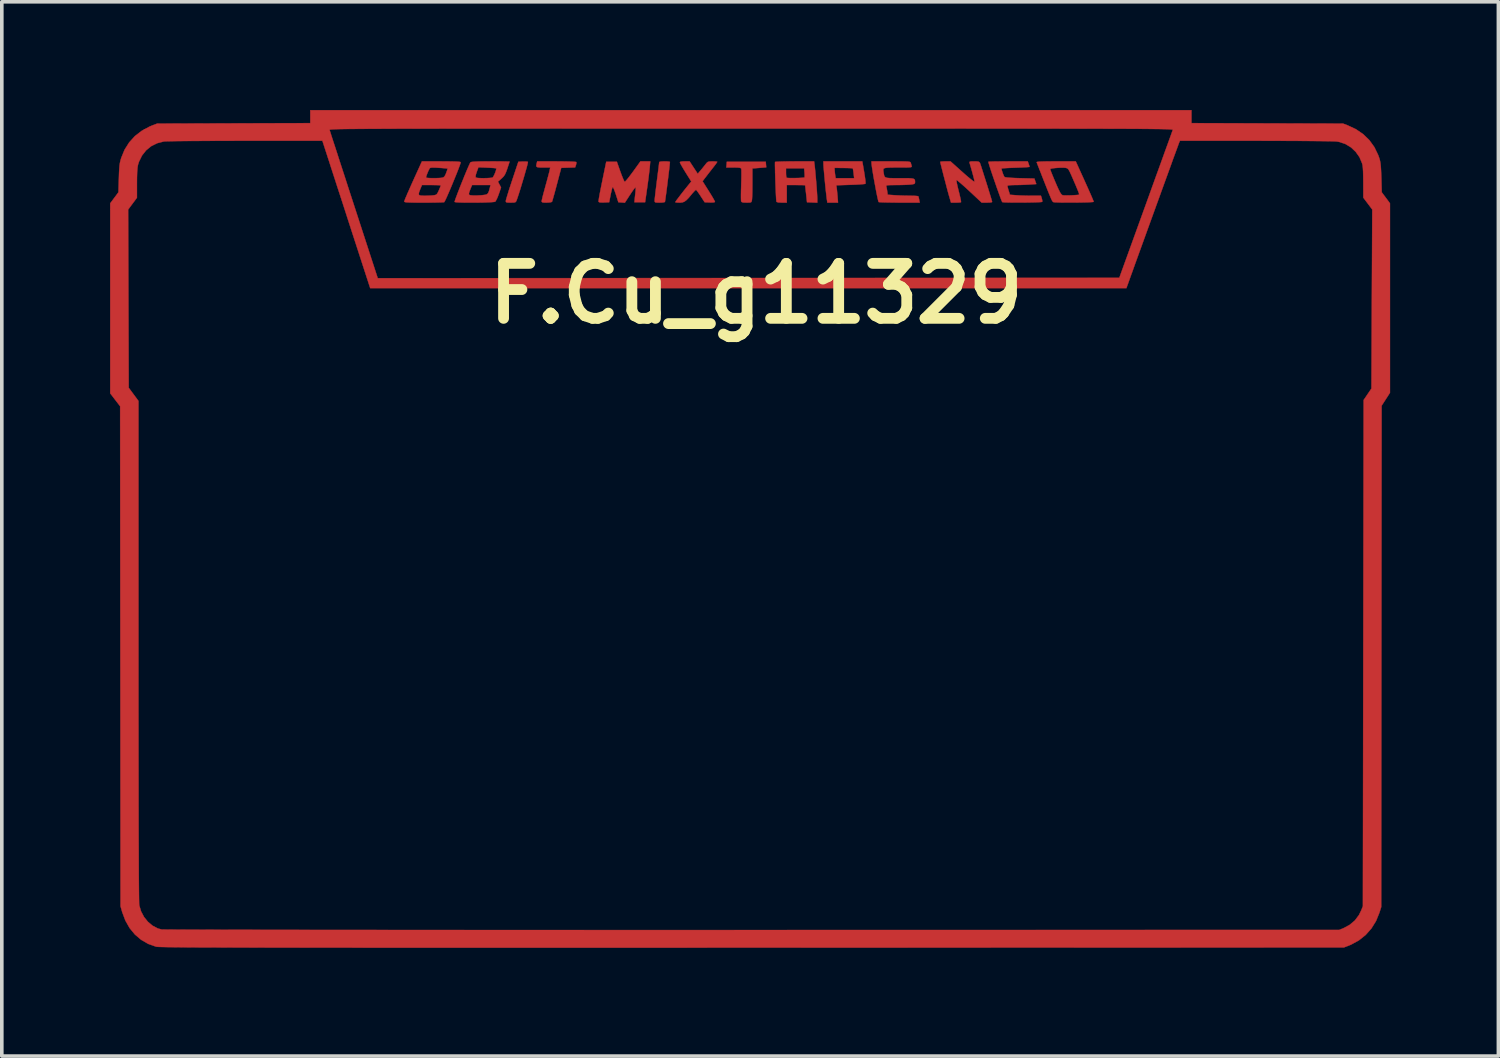
<source format=kicad_pcb>
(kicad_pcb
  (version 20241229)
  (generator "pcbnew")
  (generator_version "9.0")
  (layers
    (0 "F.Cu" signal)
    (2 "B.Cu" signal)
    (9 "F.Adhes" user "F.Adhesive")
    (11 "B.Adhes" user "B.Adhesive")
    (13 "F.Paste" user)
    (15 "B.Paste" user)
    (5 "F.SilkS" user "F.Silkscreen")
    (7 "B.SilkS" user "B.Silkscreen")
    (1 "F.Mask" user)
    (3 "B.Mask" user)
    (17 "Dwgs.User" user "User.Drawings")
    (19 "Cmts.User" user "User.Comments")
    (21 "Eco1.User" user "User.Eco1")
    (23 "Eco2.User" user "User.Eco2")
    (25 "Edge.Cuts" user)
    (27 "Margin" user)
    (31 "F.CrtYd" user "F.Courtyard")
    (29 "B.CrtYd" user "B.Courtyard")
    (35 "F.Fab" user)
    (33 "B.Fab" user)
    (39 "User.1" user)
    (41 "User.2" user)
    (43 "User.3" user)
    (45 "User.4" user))
  (footprint "F.Cu_g11329"
    (layer "F.Cu")
    (at 17.912 5.085)
    (property "Reference" "F.Cu_g11329" (at 0 0 0) (layer "F.SilkS") (effects (font (size 1.524 1.524) (thickness 0.3))))
    (attr through_hole)
    (fp_poly (pts (xy -6.347 -3.654) (xy -6.328 -3.647) (xy -6.331 -3.624) (xy -6.344 -3.567) (xy -6.366 -3.483) (xy -6.396 -3.378) (xy -6.43 -3.258) (xy -6.468 -3.13) (xy -6.507 -3) (xy -6.545 -2.875) (xy -6.581 -2.761) (xy -6.613 -2.665) (xy -6.638 -2.592) (xy -6.644 -2.577) (xy -6.659 -2.546) (xy -6.681 -2.528) (xy -6.72 -2.521) (xy -6.789 -2.519) (xy -6.805 -2.519) (xy -6.879 -2.52) (xy -6.92 -2.525) (xy -6.938 -2.538) (xy -6.941 -2.562) (xy -6.941 -2.566) (xy -6.934 -2.599) (xy -6.915 -2.666) (xy -6.886 -2.76) (xy -6.85 -2.878) (xy -6.806 -3.011) (xy -6.766 -3.133) (xy -6.593 -3.651) (xy -6.469 -3.658) (xy -6.399 -3.658) (xy -6.347 -3.654)) (stroke (width 0.01) (type solid)) (fill yes) (layer "F.Cu"))
    (fp_poly (pts (xy -2.467 -3.66) (xy -2.414 -3.654) (xy -2.392 -3.647) (xy -2.392 -3.646) (xy -2.395 -3.611) (xy -2.402 -3.543) (xy -2.412 -3.449) (xy -2.426 -3.335) (xy -2.441 -3.209) (xy -2.458 -3.076) (xy -2.474 -2.944) (xy -2.49 -2.82) (xy -2.505 -2.711) (xy -2.517 -2.623) (xy -2.526 -2.563) (xy -2.53 -2.538) (xy -2.53 -2.538) (xy -2.556 -2.528) (xy -2.612 -2.521) (xy -2.679 -2.519) (xy -2.752 -2.52) (xy -2.793 -2.525) (xy -2.811 -2.538) (xy -2.815 -2.565) (xy -2.815 -2.578) (xy -2.813 -2.615) (xy -2.805 -2.687) (xy -2.794 -2.788) (xy -2.779 -2.911) (xy -2.762 -3.049) (xy -2.752 -3.129) (xy -2.734 -3.269) (xy -2.718 -3.396) (xy -2.704 -3.502) (xy -2.695 -3.583) (xy -2.689 -3.631) (xy -2.688 -3.642) (xy -2.669 -3.652) (xy -2.618 -3.659) (xy -2.546 -3.662) (xy -2.54 -3.662) (xy -2.467 -3.66)) (stroke (width 0.01) (type solid)) (fill yes) (layer "F.Cu"))
    (fp_poly (pts (xy 0.271 -3.574) (xy 0.278 -3.496) (xy 0.086 -3.481) (xy -0.106 -3.466) (xy -0.106 -3.058) (xy -0.107 -2.927) (xy -0.108 -2.806) (xy -0.111 -2.703) (xy -0.115 -2.627) (xy -0.119 -2.585) (xy -0.119 -2.585) (xy -0.128 -2.549) (xy -0.143 -2.529) (xy -0.176 -2.521) (xy -0.237 -2.519) (xy -0.268 -2.519) (xy -0.347 -2.521) (xy -0.393 -2.53) (xy -0.414 -2.548) (xy -0.417 -2.553) (xy -0.42 -2.584) (xy -0.422 -2.65) (xy -0.422 -2.745) (xy -0.42 -2.86) (xy -0.416 -2.99) (xy -0.416 -3.006) (xy -0.412 -3.137) (xy -0.41 -3.254) (xy -0.41 -3.351) (xy -0.411 -3.421) (xy -0.414 -3.457) (xy -0.415 -3.459) (xy -0.428 -3.475) (xy -0.459 -3.485) (xy -0.515 -3.491) (xy -0.604 -3.492) (xy -0.628 -3.493) (xy -0.828 -3.493) (xy -0.821 -3.572) (xy -0.815 -3.651) (xy 0.265 -3.651) (xy 0.271 -3.574)) (stroke (width 0.01) (type solid)) (fill yes) (layer "F.Cu"))
    (fp_poly (pts (xy -5.387 -3.661) (xy -5.255 -3.659) (xy -5.143 -3.656) (xy -5.057 -3.652) (xy -5.003 -3.647) (xy -4.986 -3.643) (xy -4.985 -3.612) (xy -4.996 -3.562) (xy -4.997 -3.559) (xy -5.02 -3.494) (xy -5.405 -3.482) (xy -5.526 -3.023) (xy -5.562 -2.889) (xy -5.594 -2.769) (xy -5.623 -2.668) (xy -5.644 -2.592) (xy -5.658 -2.549) (xy -5.661 -2.542) (xy -5.688 -2.53) (xy -5.745 -2.522) (xy -5.811 -2.519) (xy -5.886 -2.52) (xy -5.928 -2.527) (xy -5.945 -2.541) (xy -5.948 -2.557) (xy -5.942 -2.589) (xy -5.927 -2.654) (xy -5.904 -2.746) (xy -5.874 -2.857) (xy -5.843 -2.972) (xy -5.808 -3.097) (xy -5.777 -3.213) (xy -5.751 -3.311) (xy -5.732 -3.384) (xy -5.724 -3.421) (xy -5.71 -3.493) (xy -5.903 -3.493) (xy -5.999 -3.493) (xy -6.059 -3.499) (xy -6.09 -3.515) (xy -6.097 -3.543) (xy -6.089 -3.59) (xy -6.083 -3.614) (xy -6.07 -3.662) (xy -5.534 -3.662) (xy -5.387 -3.661)) (stroke (width 0.01) (type solid)) (fill yes) (layer "F.Cu"))
    (fp_poly (pts (xy 2.953 -3.593) (xy 2.986 -3.402) (xy 3.01 -3.252) (xy 3.025 -3.142) (xy 3.031 -3.073) (xy 3.028 -3.042) (xy 3.028 -3.041) (xy 3.002 -3.035) (xy 2.941 -3.029) (xy 2.852 -3.022) (xy 2.741 -3.016) (xy 2.616 -3.012) (xy 2.616 -3.012) (xy 2.22 -2.999) (xy 2.231 -2.923) (xy 2.238 -2.864) (xy 2.246 -2.78) (xy 2.255 -2.689) (xy 2.255 -2.683) (xy 2.268 -2.519) (xy 1.972 -2.519) (xy 1.96 -2.598) (xy 1.952 -2.655) (xy 1.942 -2.744) (xy 1.929 -2.855) (xy 1.916 -2.98) (xy 1.903 -3.113) (xy 1.891 -3.244) (xy 1.88 -3.365) (xy 1.871 -3.468) (xy 1.87 -3.482) (xy 2.17 -3.482) (xy 2.175 -3.408) (xy 2.182 -3.333) (xy 2.191 -3.265) (xy 2.203 -3.196) (xy 2.715 -3.196) (xy 2.7 -3.328) (xy 2.691 -3.398) (xy 2.682 -3.449) (xy 2.677 -3.468) (xy 2.654 -3.472) (xy 2.597 -3.475) (xy 2.515 -3.478) (xy 2.419 -3.479) (xy 2.17 -3.482) (xy 1.87 -3.482) (xy 1.865 -3.545) (xy 1.863 -3.587) (xy 1.863 -3.662) (xy 2.94 -3.662) (xy 2.953 -3.593)) (stroke (width 0.01) (type solid)) (fill yes) (layer "F.Cu"))
    (fp_poly (pts (xy -2.952 -3.487) (xy -2.961 -3.408) (xy -2.974 -3.297) (xy -2.99 -3.167) (xy -3.009 -3.028) (xy -3.024 -2.921) (xy -3.08 -2.529) (xy -3.376 -2.529) (xy -3.37 -2.593) (xy -3.365 -2.647) (xy -3.356 -2.726) (xy -3.348 -2.799) (xy -3.342 -2.871) (xy -3.341 -2.922) (xy -3.347 -2.942) (xy -3.348 -2.942) (xy -3.365 -2.925) (xy -3.4 -2.88) (xy -3.448 -2.812) (xy -3.502 -2.73) (xy -3.503 -2.729) (xy -3.641 -2.516) (xy -3.821 -2.529) (xy -3.891 -2.749) (xy -3.921 -2.835) (xy -3.948 -2.902) (xy -3.969 -2.942) (xy -3.979 -2.95) (xy -3.991 -2.922) (xy -4.007 -2.863) (xy -4.026 -2.783) (xy -4.037 -2.731) (xy -4.076 -2.529) (xy -4.219 -2.523) (xy -4.304 -2.522) (xy -4.353 -2.53) (xy -4.371 -2.544) (xy -4.369 -2.572) (xy -4.36 -2.635) (xy -4.344 -2.728) (xy -4.322 -2.844) (xy -4.295 -2.979) (xy -4.268 -3.111) (xy -4.157 -3.651) (xy -3.863 -3.651) (xy -3.766 -3.377) (xy -3.729 -3.277) (xy -3.695 -3.192) (xy -3.667 -3.13) (xy -3.649 -3.098) (xy -3.646 -3.096) (xy -3.627 -3.109) (xy -3.588 -3.152) (xy -3.534 -3.219) (xy -3.469 -3.304) (xy -3.416 -3.375) (xy -3.209 -3.662) (xy -2.937 -3.662) (xy -2.952 -3.487)) (stroke (width 0.01) (type solid)) (fill yes) (layer "F.Cu"))
    (fp_poly (pts (xy 1.618 -3.561) (xy 1.627 -3.481) (xy 1.638 -3.373) (xy 1.649 -3.247) (xy 1.661 -3.112) (xy 1.672 -2.976) (xy 1.681 -2.85) (xy 1.688 -2.742) (xy 1.692 -2.661) (xy 1.693 -2.629) (xy 1.693 -2.517) (xy 1.551 -2.523) (xy 1.408 -2.529) (xy 1.383 -2.762) (xy 1.372 -2.856) (xy 1.364 -2.933) (xy 1.358 -2.984) (xy 1.356 -3) (xy 1.336 -3.002) (xy 1.281 -3.004) (xy 1.201 -3.005) (xy 1.103 -3.006) (xy 0.847 -3.006) (xy 0.847 -2.519) (xy 0.708 -2.519) (xy 0.619 -2.523) (xy 0.57 -2.536) (xy 0.561 -2.545) (xy 0.557 -2.574) (xy 0.552 -2.638) (xy 0.547 -2.729) (xy 0.542 -2.84) (xy 0.537 -2.966) (xy 0.532 -3.098) (xy 0.528 -3.231) (xy 0.524 -3.356) (xy 0.522 -3.467) (xy 0.522 -3.471) (xy 0.826 -3.471) (xy 0.826 -3.348) (xy 0.828 -3.279) (xy 0.835 -3.227) (xy 0.841 -3.209) (xy 0.867 -3.203) (xy 0.924 -3.2) (xy 1.003 -3.199) (xy 1.092 -3.2) (xy 1.18 -3.202) (xy 1.258 -3.206) (xy 1.315 -3.211) (xy 1.34 -3.217) (xy 1.343 -3.243) (xy 1.342 -3.297) (xy 1.339 -3.35) (xy 1.328 -3.471) (xy 0.826 -3.471) (xy 0.522 -3.471) (xy 0.52 -3.557) (xy 0.52 -3.619) (xy 0.522 -3.646) (xy 0.522 -3.646) (xy 0.545 -3.65) (xy 0.605 -3.654) (xy 0.695 -3.657) (xy 0.81 -3.66) (xy 0.945 -3.661) (xy 1.068 -3.662) (xy 1.605 -3.662) (xy 1.618 -3.561)) (stroke (width 0.01) (type solid)) (fill yes) (layer "F.Cu"))
    (fp_poly (pts (xy -1.734 -3.49) (xy -1.621 -3.318) (xy -1.551 -3.4) (xy -1.493 -3.469) (xy -1.432 -3.546) (xy -1.412 -3.571) (xy -1.373 -3.62) (xy -1.34 -3.647) (xy -1.298 -3.658) (xy -1.233 -3.661) (xy -1.212 -3.661) (xy -1.143 -3.66) (xy -1.095 -3.655) (xy -1.079 -3.649) (xy -1.092 -3.628) (xy -1.125 -3.581) (xy -1.175 -3.516) (xy -1.224 -3.453) (xy -1.29 -3.369) (xy -1.353 -3.288) (xy -1.404 -3.221) (xy -1.428 -3.191) (xy -1.487 -3.111) (xy -1.315 -2.838) (xy -1.255 -2.742) (xy -1.204 -2.657) (xy -1.167 -2.591) (xy -1.146 -2.55) (xy -1.143 -2.541) (xy -1.163 -2.527) (xy -1.222 -2.522) (xy -1.286 -2.523) (xy -1.429 -2.529) (xy -1.54 -2.699) (xy -1.589 -2.772) (xy -1.631 -2.831) (xy -1.66 -2.867) (xy -1.668 -2.874) (xy -1.688 -2.861) (xy -1.727 -2.822) (xy -1.778 -2.765) (xy -1.797 -2.741) (xy -1.874 -2.649) (xy -1.935 -2.587) (xy -1.987 -2.548) (xy -2.038 -2.527) (xy -2.097 -2.519) (xy -2.13 -2.519) (xy -2.193 -2.521) (xy -2.234 -2.527) (xy -2.244 -2.532) (xy -2.231 -2.553) (xy -2.196 -2.602) (xy -2.143 -2.672) (xy -2.077 -2.758) (xy -2.002 -2.854) (xy -1.921 -2.955) (xy -1.87 -3.018) (xy -1.8 -3.104) (xy -1.958 -3.356) (xy -2.015 -3.449) (xy -2.063 -3.531) (xy -2.098 -3.594) (xy -2.115 -3.63) (xy -2.116 -3.635) (xy -2.1 -3.651) (xy -2.048 -3.66) (xy -1.982 -3.662) (xy -1.847 -3.662) (xy -1.734 -3.49)) (stroke (width 0.01) (type solid)) (fill yes) (layer "F.Cu"))
    (fp_poly (pts (xy 6.119 -3.66) (xy 6.164 -3.653) (xy 6.189 -3.638) (xy 6.203 -3.614) (xy 6.215 -3.581) (xy 6.237 -3.516) (xy 6.266 -3.425) (xy 6.301 -3.315) (xy 6.34 -3.192) (xy 6.381 -3.064) (xy 6.421 -2.936) (xy 6.458 -2.815) (xy 6.491 -2.708) (xy 6.517 -2.622) (xy 6.534 -2.562) (xy 6.54 -2.536) (xy 6.54 -2.536) (xy 6.521 -2.528) (xy 6.47 -2.521) (xy 6.399 -2.519) (xy 6.395 -2.519) (xy 6.25 -2.519) (xy 5.908 -2.839) (xy 5.808 -2.931) (xy 5.718 -3.011) (xy 5.643 -3.076) (xy 5.588 -3.122) (xy 5.556 -3.144) (xy 5.551 -3.145) (xy 5.551 -3.12) (xy 5.56 -3.063) (xy 5.578 -2.98) (xy 5.602 -2.879) (xy 5.613 -2.837) (xy 5.639 -2.731) (xy 5.66 -2.641) (xy 5.674 -2.573) (xy 5.678 -2.535) (xy 5.677 -2.531) (xy 5.652 -2.524) (xy 5.596 -2.52) (xy 5.532 -2.519) (xy 5.399 -2.519) (xy 5.358 -2.662) (xy 5.34 -2.723) (xy 5.316 -2.811) (xy 5.287 -2.919) (xy 5.256 -3.039) (xy 5.223 -3.165) (xy 5.19 -3.289) (xy 5.161 -3.405) (xy 5.135 -3.506) (xy 5.115 -3.585) (xy 5.104 -3.634) (xy 5.101 -3.648) (xy 5.121 -3.655) (xy 5.171 -3.66) (xy 5.243 -3.661) (xy 5.244 -3.661) (xy 5.387 -3.661) (xy 5.715 -3.367) (xy 5.818 -3.276) (xy 5.907 -3.201) (xy 5.977 -3.144) (xy 6.026 -3.109) (xy 6.049 -3.099) (xy 6.05 -3.101) (xy 6.048 -3.125) (xy 6.038 -3.175) (xy 6.018 -3.253) (xy 5.988 -3.364) (xy 5.947 -3.51) (xy 5.913 -3.625) (xy 5.912 -3.645) (xy 5.93 -3.656) (xy 5.973 -3.661) (xy 6.042 -3.662) (xy 6.119 -3.66)) (stroke (width 0.01) (type solid)) (fill yes) (layer "F.Cu"))
    (fp_poly (pts (xy 7.552 -3.592) (xy 7.569 -3.542) (xy 7.578 -3.512) (xy 7.578 -3.51) (xy 7.558 -3.506) (xy 7.502 -3.501) (xy 7.417 -3.496) (xy 7.31 -3.491) (xy 7.195 -3.487) (xy 7.072 -3.483) (xy 6.964 -3.478) (xy 6.879 -3.473) (xy 6.822 -3.468) (xy 6.801 -3.464) (xy 6.802 -3.44) (xy 6.815 -3.391) (xy 6.835 -3.331) (xy 6.858 -3.274) (xy 6.879 -3.234) (xy 6.884 -3.228) (xy 6.91 -3.221) (xy 6.973 -3.213) (xy 7.065 -3.206) (xy 7.181 -3.2) (xy 7.307 -3.196) (xy 7.711 -3.186) (xy 7.764 -3.033) (xy 7.56 -3.019) (xy 7.439 -3.013) (xy 7.304 -3.008) (xy 7.181 -3.006) (xy 7.16 -3.006) (xy 7.055 -3.003) (xy 6.991 -2.996) (xy 6.965 -2.985) (xy 6.964 -2.981) (xy 6.97 -2.948) (xy 6.985 -2.89) (xy 6.999 -2.846) (xy 7.033 -2.736) (xy 7.205 -2.723) (xy 7.299 -2.717) (xy 7.418 -2.713) (xy 7.545 -2.71) (xy 7.634 -2.709) (xy 7.892 -2.709) (xy 7.916 -2.636) (xy 7.929 -2.582) (xy 7.929 -2.544) (xy 7.927 -2.54) (xy 7.904 -2.535) (xy 7.845 -2.531) (xy 7.758 -2.527) (xy 7.649 -2.524) (xy 7.525 -2.522) (xy 7.393 -2.52) (xy 7.26 -2.52) (xy 7.133 -2.52) (xy 7.019 -2.522) (xy 6.925 -2.524) (xy 6.857 -2.528) (xy 6.822 -2.532) (xy 6.822 -2.533) (xy 6.81 -2.554) (xy 6.788 -2.609) (xy 6.757 -2.691) (xy 6.72 -2.795) (xy 6.677 -2.914) (xy 6.633 -3.042) (xy 6.588 -3.172) (xy 6.545 -3.298) (xy 6.506 -3.414) (xy 6.474 -3.514) (xy 6.45 -3.591) (xy 6.437 -3.639) (xy 6.435 -3.65) (xy 6.455 -3.653) (xy 6.512 -3.656) (xy 6.6 -3.659) (xy 6.714 -3.66) (xy 6.848 -3.661) (xy 6.981 -3.662) (xy 7.527 -3.662) (xy 7.552 -3.592)) (stroke (width 0.01) (type solid)) (fill yes) (layer "F.Cu"))
    (fp_poly (pts (xy 8.858 -3.662) (xy 9.107 -3.113) (xy 9.171 -2.971) (xy 9.229 -2.841) (xy 9.279 -2.728) (xy 9.318 -2.637) (xy 9.344 -2.574) (xy 9.355 -2.543) (xy 9.356 -2.542) (xy 9.336 -2.536) (xy 9.28 -2.532) (xy 9.195 -2.527) (xy 9.089 -2.524) (xy 8.966 -2.522) (xy 8.836 -2.52) (xy 8.703 -2.52) (xy 8.574 -2.52) (xy 8.457 -2.521) (xy 8.359 -2.524) (xy 8.285 -2.527) (xy 8.242 -2.532) (xy 8.237 -2.533) (xy 8.226 -2.54) (xy 8.214 -2.554) (xy 8.198 -2.58) (xy 8.178 -2.621) (xy 8.152 -2.682) (xy 8.117 -2.766) (xy 8.072 -2.878) (xy 8.015 -3.022) (xy 7.955 -3.174) (xy 7.905 -3.302) (xy 7.86 -3.418) (xy 7.848 -3.448) (xy 8.149 -3.448) (xy 8.157 -3.42) (xy 8.179 -3.36) (xy 8.212 -3.278) (xy 8.253 -3.179) (xy 8.298 -3.073) (xy 8.344 -2.967) (xy 8.376 -2.896) (xy 8.422 -2.803) (xy 8.46 -2.747) (xy 8.493 -2.723) (xy 8.496 -2.723) (xy 8.535 -2.719) (xy 8.601 -2.718) (xy 8.682 -2.719) (xy 8.769 -2.722) (xy 8.849 -2.727) (xy 8.912 -2.732) (xy 8.946 -2.738) (xy 8.949 -2.74) (xy 8.951 -2.751) (xy 8.945 -2.778) (xy 8.929 -2.823) (xy 8.901 -2.892) (xy 8.861 -2.989) (xy 8.805 -3.118) (xy 8.77 -3.199) (xy 8.723 -3.306) (xy 8.688 -3.381) (xy 8.661 -3.429) (xy 8.638 -3.457) (xy 8.615 -3.472) (xy 8.586 -3.48) (xy 8.578 -3.482) (xy 8.523 -3.487) (xy 8.449 -3.487) (xy 8.365 -3.483) (xy 8.283 -3.477) (xy 8.213 -3.468) (xy 8.165 -3.458) (xy 8.149 -3.448) (xy 7.848 -3.448) (xy 7.821 -3.515) (xy 7.793 -3.587) (xy 7.777 -3.629) (xy 7.774 -3.635) (xy 7.779 -3.644) (xy 7.805 -3.65) (xy 7.856 -3.655) (xy 7.934 -3.658) (xy 8.045 -3.661) (xy 8.191 -3.662) (xy 8.311 -3.662) (xy 8.858 -3.662)) (stroke (width 0.01) (type solid)) (fill yes) (layer "F.Cu"))
    (fp_poly (pts (xy 3.899 -3.662) (xy 4.027 -3.661) (xy 4.121 -3.66) (xy 4.189 -3.657) (xy 4.234 -3.652) (xy 4.261 -3.646) (xy 4.276 -3.637) (xy 4.283 -3.625) (xy 4.285 -3.619) (xy 4.301 -3.561) (xy 4.309 -3.535) (xy 4.312 -3.519) (xy 4.306 -3.508) (xy 4.286 -3.501) (xy 4.246 -3.496) (xy 4.181 -3.493) (xy 4.084 -3.492) (xy 3.965 -3.492) (xy 3.815 -3.492) (xy 3.703 -3.49) (xy 3.623 -3.486) (xy 3.57 -3.478) (xy 3.539 -3.464) (xy 3.525 -3.445) (xy 3.523 -3.417) (xy 3.527 -3.38) (xy 3.527 -3.379) (xy 3.537 -3.317) (xy 3.546 -3.27) (xy 3.561 -3.238) (xy 3.588 -3.216) (xy 3.633 -3.204) (xy 3.701 -3.198) (xy 3.798 -3.196) (xy 3.929 -3.196) (xy 3.977 -3.196) (xy 4.121 -3.196) (xy 4.228 -3.195) (xy 4.304 -3.19) (xy 4.354 -3.182) (xy 4.383 -3.167) (xy 4.398 -3.146) (xy 4.402 -3.116) (xy 4.403 -3.081) (xy 4.398 -3.054) (xy 4.379 -3.037) (xy 4.336 -3.027) (xy 4.273 -3.019) (xy 4.199 -3.014) (xy 4.098 -3.01) (xy 3.981 -3.007) (xy 3.869 -3.006) (xy 3.757 -3.005) (xy 3.681 -3.003) (xy 3.634 -2.999) (xy 3.611 -2.991) (xy 3.604 -2.98) (xy 3.606 -2.969) (xy 3.616 -2.926) (xy 3.627 -2.861) (xy 3.631 -2.834) (xy 3.645 -2.737) (xy 3.849 -2.723) (xy 3.968 -2.717) (xy 4.105 -2.712) (xy 4.236 -2.71) (xy 4.269 -2.709) (xy 4.36 -2.708) (xy 4.434 -2.704) (xy 4.481 -2.698) (xy 4.494 -2.693) (xy 4.503 -2.664) (xy 4.515 -2.611) (xy 4.517 -2.598) (xy 4.532 -2.519) (xy 3.975 -2.519) (xy 3.825 -2.52) (xy 3.688 -2.522) (xy 3.571 -2.524) (xy 3.479 -2.527) (xy 3.418 -2.531) (xy 3.394 -2.535) (xy 3.385 -2.558) (xy 3.371 -2.617) (xy 3.352 -2.703) (xy 3.33 -2.811) (xy 3.307 -2.934) (xy 3.283 -3.064) (xy 3.259 -3.194) (xy 3.238 -3.319) (xy 3.22 -3.431) (xy 3.206 -3.524) (xy 3.198 -3.59) (xy 3.196 -3.615) (xy 3.196 -3.662) (xy 3.734 -3.662) (xy 3.899 -3.662)) (stroke (width 0.01) (type solid)) (fill yes) (layer "F.Cu"))
    (fp_poly (pts (xy -8.552 -3.661) (xy -8.414 -3.659) (xy -8.312 -3.656) (xy -8.243 -3.652) (xy -8.204 -3.645) (xy -8.192 -3.637) (xy -8.191 -3.637) (xy -8.199 -3.605) (xy -8.221 -3.541) (xy -8.254 -3.453) (xy -8.296 -3.345) (xy -8.345 -3.224) (xy -8.397 -3.097) (xy -8.45 -2.969) (xy -8.502 -2.846) (xy -8.55 -2.736) (xy -8.591 -2.643) (xy -8.624 -2.575) (xy -8.644 -2.537) (xy -8.649 -2.531) (xy -8.679 -2.528) (xy -8.744 -2.525) (xy -8.84 -2.522) (xy -8.96 -2.52) (xy -9.098 -2.519) (xy -9.22 -2.519) (xy -9.388 -2.519) (xy -9.519 -2.52) (xy -9.616 -2.523) (xy -9.684 -2.526) (xy -9.728 -2.532) (xy -9.751 -2.539) (xy -9.758 -2.548) (xy -9.758 -2.548) (xy -9.749 -2.574) (xy -9.726 -2.634) (xy -9.688 -2.722) (xy -9.673 -2.757) (xy -9.356 -2.757) (xy -9.342 -2.726) (xy -9.296 -2.713) (xy -9.214 -2.71) (xy -9.181 -2.71) (xy -9.088 -2.711) (xy -9 -2.716) (xy -8.936 -2.722) (xy -8.929 -2.723) (xy -8.885 -2.733) (xy -8.854 -2.754) (xy -8.827 -2.795) (xy -8.796 -2.861) (xy -8.768 -2.927) (xy -8.749 -2.976) (xy -8.742 -2.996) (xy -8.762 -3) (xy -8.816 -3.003) (xy -8.896 -3.005) (xy -8.995 -3.006) (xy -9.004 -3.006) (xy -9.265 -3.006) (xy -9.311 -2.897) (xy -9.344 -2.811) (xy -9.356 -2.757) (xy -9.673 -2.757) (xy -9.64 -2.832) (xy -9.584 -2.96) (xy -9.521 -3.101) (xy -9.512 -3.12) (xy -9.47 -3.213) (xy -9.152 -3.213) (xy -9.151 -3.212) (xy -9.127 -3.205) (xy -9.071 -3.2) (xy -8.994 -3.197) (xy -8.908 -3.197) (xy -8.823 -3.199) (xy -8.75 -3.203) (xy -8.704 -3.209) (xy -8.665 -3.223) (xy -8.636 -3.251) (xy -8.608 -3.306) (xy -8.595 -3.339) (xy -8.572 -3.402) (xy -8.559 -3.447) (xy -8.556 -3.462) (xy -8.579 -3.466) (xy -8.634 -3.471) (xy -8.715 -3.478) (xy -8.797 -3.483) (xy -8.905 -3.489) (xy -8.977 -3.49) (xy -9.022 -3.486) (xy -9.045 -3.475) (xy -9.051 -3.469) (xy -9.077 -3.421) (xy -9.105 -3.359) (xy -9.13 -3.295) (xy -9.148 -3.242) (xy -9.152 -3.213) (xy -9.47 -3.213) (xy -9.266 -3.662) (xy -8.729 -3.662) (xy -8.552 -3.661)) (stroke (width 0.01) (type solid)) (fill yes) (layer "F.Cu"))
    (fp_poly (pts (xy -7.218 -3.662) (xy -7.089 -3.661) (xy -6.981 -3.66) (xy -6.899 -3.658) (xy -6.849 -3.657) (xy -6.837 -3.655) (xy -6.843 -3.634) (xy -6.86 -3.581) (xy -6.885 -3.507) (xy -6.9 -3.459) (xy -6.935 -3.364) (xy -6.966 -3.296) (xy -7 -3.246) (xy -7.046 -3.199) (xy -7.062 -3.185) (xy -7.159 -3.1) (xy -7.116 -3.019) (xy -7.073 -2.938) (xy -7.136 -2.755) (xy -7.168 -2.67) (xy -7.2 -2.6) (xy -7.226 -2.555) (xy -7.234 -2.545) (xy -7.263 -2.538) (xy -7.327 -2.532) (xy -7.417 -2.527) (xy -7.529 -2.522) (xy -7.654 -2.52) (xy -7.786 -2.518) (xy -7.919 -2.518) (xy -8.046 -2.518) (xy -8.16 -2.521) (xy -8.254 -2.524) (xy -8.322 -2.529) (xy -8.357 -2.536) (xy -8.361 -2.539) (xy -8.353 -2.569) (xy -8.332 -2.632) (xy -8.299 -2.72) (xy -8.289 -2.746) (xy -7.963 -2.746) (xy -7.946 -2.729) (xy -7.93 -2.724) (xy -7.853 -2.716) (xy -7.747 -2.716) (xy -7.627 -2.722) (xy -7.569 -2.728) (xy -7.505 -2.736) (xy -7.462 -2.752) (xy -7.432 -2.782) (xy -7.409 -2.836) (xy -7.386 -2.92) (xy -7.379 -2.947) (xy -7.365 -3.006) (xy -7.876 -3.006) (xy -7.91 -2.926) (xy -7.945 -2.837) (xy -7.963 -2.78) (xy -7.963 -2.746) (xy -8.289 -2.746) (xy -8.258 -2.828) (xy -8.211 -2.949) (xy -8.16 -3.077) (xy -8.108 -3.205) (xy -8.1 -3.225) (xy -7.78 -3.225) (xy -7.763 -3.211) (xy -7.72 -3.202) (xy -7.646 -3.197) (xy -7.552 -3.196) (xy -7.458 -3.198) (xy -7.379 -3.203) (xy -7.324 -3.209) (xy -7.307 -3.214) (xy -7.286 -3.241) (xy -7.26 -3.292) (xy -7.234 -3.353) (xy -7.214 -3.412) (xy -7.205 -3.455) (xy -7.207 -3.467) (xy -7.231 -3.473) (xy -7.29 -3.479) (xy -7.372 -3.484) (xy -7.459 -3.488) (xy -7.7 -3.498) (xy -7.745 -3.375) (xy -7.768 -3.306) (xy -7.78 -3.25) (xy -7.78 -3.225) (xy -8.1 -3.225) (xy -8.058 -3.328) (xy -8.012 -3.438) (xy -7.972 -3.529) (xy -7.942 -3.596) (xy -7.923 -3.632) (xy -7.92 -3.635) (xy -7.897 -3.644) (xy -7.848 -3.651) (xy -7.771 -3.656) (xy -7.662 -3.66) (xy -7.518 -3.661) (xy -7.362 -3.662) (xy -7.218 -3.662)) (stroke (width 0.01) (type solid)) (fill yes) (layer "F.Cu"))
    (fp_poly (pts (xy 12.065 -4.722) (xy 14.166 -4.715) (xy 16.267 -4.709) (xy 16.389 -4.663) (xy 16.623 -4.554) (xy 16.825 -4.416) (xy 16.996 -4.25) (xy 17.135 -4.057) (xy 17.242 -3.835) (xy 17.276 -3.738) (xy 17.292 -3.678) (xy 17.305 -3.608) (xy 17.314 -3.519) (xy 17.321 -3.405) (xy 17.327 -3.259) (xy 17.329 -3.207) (xy 17.34 -2.805) (xy 17.454 -2.652) (xy 17.568 -2.499) (xy 17.568 2.752) (xy 17.336 3.112) (xy 17.33 10.06) (xy 17.325 17.007) (xy 17.275 17.164) (xy 17.181 17.396) (xy 17.053 17.602) (xy 16.893 17.782) (xy 16.705 17.932) (xy 16.489 18.05) (xy 16.411 18.082) (xy 16.288 18.129) (xy -0.116 18.133) (xy -1.128 18.133) (xy -2.098 18.134) (xy -3.028 18.134) (xy -3.917 18.134) (xy -4.768 18.134) (xy -5.581 18.134) (xy -6.356 18.134) (xy -7.095 18.134) (xy -7.799 18.134) (xy -8.468 18.134) (xy -9.103 18.134) (xy -9.705 18.134) (xy -10.275 18.134) (xy -10.813 18.134) (xy -11.322 18.133) (xy -11.8 18.133) (xy -12.25 18.133) (xy -12.672 18.132) (xy -13.067 18.132) (xy -13.436 18.132) (xy -13.779 18.131) (xy -14.098 18.13) (xy -14.393 18.13) (xy -14.665 18.129) (xy -14.916 18.128) (xy -15.145 18.127) (xy -15.354 18.127) (xy -15.544 18.126) (xy -15.715 18.125) (xy -15.869 18.124) (xy -16.006 18.122) (xy -16.126 18.121) (xy -16.232 18.12) (xy -16.323 18.119) (xy -16.401 18.117) (xy -16.466 18.116) (xy -16.519 18.114) (xy -16.562 18.113) (xy -16.594 18.111) (xy -16.617 18.109) (xy -16.632 18.107) (xy -16.637 18.106) (xy -16.856 18.028) (xy -17.052 17.914) (xy -17.224 17.767) (xy -17.37 17.589) (xy -17.487 17.382) (xy -17.573 17.153) (xy -17.621 16.986) (xy -17.632 3.126) (xy -17.77 2.947) (xy -17.907 2.768) (xy -17.907 -2.326) (xy -17.41 -2.326) (xy -17.402 0.144) (xy -17.394 2.614) (xy -17.259 2.796) (xy -17.124 2.979) (xy -17.124 9.911) (xy -17.124 10.642) (xy -17.124 11.334) (xy -17.123 11.987) (xy -17.123 12.601) (xy -17.122 13.175) (xy -17.121 13.709) (xy -17.121 14.204) (xy -17.12 14.658) (xy -17.119 15.073) (xy -17.117 15.446) (xy -17.116 15.779) (xy -17.115 16.071) (xy -17.113 16.322) (xy -17.111 16.532) (xy -17.109 16.7) (xy -17.107 16.826) (xy -17.105 16.911) (xy -17.103 16.953) (xy -17.103 16.957) (xy -17.052 17.127) (xy -16.97 17.283) (xy -16.862 17.417) (xy -16.733 17.525) (xy -16.588 17.601) (xy -16.485 17.63) (xy -16.459 17.631) (xy -16.392 17.632) (xy -16.285 17.633) (xy -16.138 17.634) (xy -15.954 17.635) (xy -15.732 17.636) (xy -15.474 17.636) (xy -15.181 17.637) (xy -14.853 17.638) (xy -14.493 17.639) (xy -14.101 17.639) (xy -13.677 17.64) (xy -13.224 17.641) (xy -12.742 17.641) (xy -12.231 17.642) (xy -11.694 17.642) (xy -11.131 17.643) (xy -10.543 17.643) (xy -9.932 17.644) (xy -9.297 17.644) (xy -8.641 17.644) (xy -7.964 17.645) (xy -7.268 17.645) (xy -6.553 17.645) (xy -5.82 17.645) (xy -5.071 17.645) (xy -4.306 17.646) (xy -3.526 17.646) (xy -2.733 17.646) (xy -1.928 17.646) (xy -1.111 17.646) (xy -0.283 17.645) (xy -0.116 17.645) (xy 16.161 17.642) (xy 16.275 17.596) (xy 16.449 17.503) (xy 16.594 17.381) (xy 16.707 17.231) (xy 16.768 17.106) (xy 16.817 16.986) (xy 16.828 9.97) (xy 16.838 2.953) (xy 16.946 2.794) (xy 17.054 2.635) (xy 17.065 0.154) (xy 17.077 -2.327) (xy 16.953 -2.492) (xy 16.829 -2.656) (xy 16.828 -3.08) (xy 16.826 -3.248) (xy 16.823 -3.379) (xy 16.817 -3.479) (xy 16.808 -3.554) (xy 16.795 -3.607) (xy 16.723 -3.778) (xy 16.618 -3.927) (xy 16.486 -4.051) (xy 16.332 -4.144) (xy 16.162 -4.201) (xy 16.093 -4.213) (xy 16.052 -4.216) (xy 15.971 -4.219) (xy 15.855 -4.221) (xy 15.705 -4.223) (xy 15.525 -4.225) (xy 15.319 -4.227) (xy 15.089 -4.229) (xy 14.838 -4.23) (xy 14.57 -4.231) (xy 14.288 -4.232) (xy 13.994 -4.233) (xy 13.847 -4.233) (xy 11.745 -4.233) (xy 11.716 -4.164) (xy 11.707 -4.138) (xy 11.684 -4.075) (xy 11.649 -3.979) (xy 11.603 -3.854) (xy 11.547 -3.702) (xy 11.484 -3.526) (xy 11.413 -3.331) (xy 11.336 -3.119) (xy 11.254 -2.893) (xy 11.169 -2.658) (xy 11.081 -2.416) (xy 10.992 -2.17) (xy 10.903 -1.925) (xy 10.815 -1.682) (xy 10.73 -1.447) (xy 10.648 -1.221) (xy 10.571 -1.008) (xy 10.5 -0.812) (xy 10.437 -0.635) (xy 10.381 -0.482) (xy 10.336 -0.355) (xy 10.301 -0.257) (xy 10.282 -0.206) (xy 10.262 -0.148) (xy -10.7 -0.148) (xy -11.207 -1.709) (xy -11.292 -1.971) (xy -11.376 -2.232) (xy -11.459 -2.489) (xy -11.539 -2.735) (xy -11.615 -2.967) (xy -11.684 -3.181) (xy -11.746 -3.372) (xy -11.799 -3.535) (xy -11.841 -3.667) (xy -11.869 -3.752) (xy -12.025 -4.233) (xy -14.156 -4.233) (xy -14.456 -4.233) (xy -14.746 -4.232) (xy -15.023 -4.231) (xy -15.283 -4.23) (xy -15.525 -4.228) (xy -15.744 -4.227) (xy -15.938 -4.225) (xy -16.104 -4.223) (xy -16.238 -4.22) (xy -16.338 -4.218) (xy -16.401 -4.215) (xy -16.419 -4.214) (xy -16.604 -4.166) (xy -16.77 -4.084) (xy -16.912 -3.968) (xy -17.026 -3.823) (xy -17.11 -3.652) (xy -17.137 -3.567) (xy -17.15 -3.489) (xy -17.16 -3.37) (xy -17.165 -3.208) (xy -17.166 -3.057) (xy -17.166 -2.654) (xy -17.288 -2.49) (xy -17.41 -2.326) (xy -17.907 -2.326) (xy -17.907 -2.499) (xy -17.793 -2.652) (xy -17.679 -2.805) (xy -17.667 -3.196) (xy -17.662 -3.343) (xy -17.656 -3.456) (xy -17.649 -3.544) (xy -17.638 -3.617) (xy -17.624 -3.682) (xy -17.604 -3.749) (xy -17.602 -3.757) (xy -17.509 -3.984) (xy -17.382 -4.186) (xy -17.223 -4.362) (xy -17.033 -4.509) (xy -16.986 -4.535) (xy -11.827 -4.535) (xy -11.819 -4.51) (xy -11.799 -4.448) (xy -11.768 -4.35) (xy -11.726 -4.221) (xy -11.674 -4.063) (xy -11.614 -3.878) (xy -11.547 -3.669) (xy -11.472 -3.439) (xy -11.391 -3.191) (xy -11.306 -2.927) (xy -11.216 -2.651) (xy -11.154 -2.461) (xy -10.491 -0.423) (xy 10.065 -0.434) (xy 10.8 -2.466) (xy 10.902 -2.748) (xy 10.999 -3.018) (xy 11.092 -3.276) (xy 11.18 -3.517) (xy 11.26 -3.739) (xy 11.332 -3.939) (xy 11.396 -4.115) (xy 11.45 -4.264) (xy 11.493 -4.383) (xy 11.524 -4.47) (xy 11.542 -4.521) (xy 11.547 -4.535) (xy 11.547 -4.538) (xy 11.543 -4.54) (xy 11.535 -4.543) (xy 11.521 -4.545) (xy 11.501 -4.547) (xy 11.474 -4.549) (xy 11.438 -4.551) (xy 11.392 -4.553) (xy 11.336 -4.555) (xy 11.268 -4.556) (xy 11.188 -4.558) (xy 11.094 -4.559) (xy 10.985 -4.56) (xy 10.86 -4.562) (xy 10.719 -4.563) (xy 10.56 -4.564) (xy 10.382 -4.565) (xy 10.184 -4.566) (xy 9.965 -4.566) (xy 9.724 -4.567) (xy 9.46 -4.568) (xy 9.172 -4.568) (xy 8.859 -4.569) (xy 8.52 -4.569) (xy 8.154 -4.57) (xy 7.76 -4.57) (xy 7.336 -4.571) (xy 6.882 -4.571) (xy 6.397 -4.571) (xy 5.88 -4.571) (xy 5.329 -4.572) (xy 4.744 -4.572) (xy 4.124 -4.572) (xy 3.467 -4.572) (xy 2.772 -4.572) (xy 2.04 -4.572) (xy 1.267 -4.572) (xy 0.454 -4.572) (xy -0.139 -4.572) (xy -0.981 -4.572) (xy -1.781 -4.572) (xy -2.542 -4.572) (xy -3.263 -4.572) (xy -3.946 -4.572) (xy -4.592 -4.572) (xy -5.202 -4.572) (xy -5.776 -4.571) (xy -6.317 -4.571) (xy -6.824 -4.571) (xy -7.3 -4.571) (xy -7.744 -4.571) (xy -8.159 -4.57) (xy -8.545 -4.57) (xy -8.903 -4.569) (xy -9.234 -4.569) (xy -9.539 -4.568) (xy -9.82 -4.568) (xy -10.077 -4.567) (xy -10.311 -4.566) (xy -10.523 -4.565) (xy -10.715 -4.564) (xy -10.888 -4.563) (xy -11.041 -4.562) (xy -11.178 -4.561) (xy -11.298 -4.56) (xy -11.402 -4.559) (xy -11.492 -4.557) (xy -11.569 -4.556) (xy -11.633 -4.554) (xy -11.686 -4.552) (xy -11.728 -4.55) (xy -11.762 -4.548) (xy -11.787 -4.546) (xy -11.805 -4.544) (xy -11.817 -4.542) (xy -11.824 -4.539) (xy -11.827 -4.537) (xy -11.827 -4.535) (xy -16.986 -4.535) (xy -16.813 -4.628) (xy -16.73 -4.662) (xy -16.605 -4.709) (xy -12.361 -4.722) (xy -12.361 -5.08) (xy 12.065 -5.08) (xy 12.065 -4.722)) (stroke (width 0.01) (type solid)) (fill yes) (layer "F.Cu")))
  (gr_rect
    (start -3 -3)
    (end 38.485 26.224)
    (stroke (width 0.1) (type default))
    (fill no)
    (layer "Edge.Cuts")))
</source>
